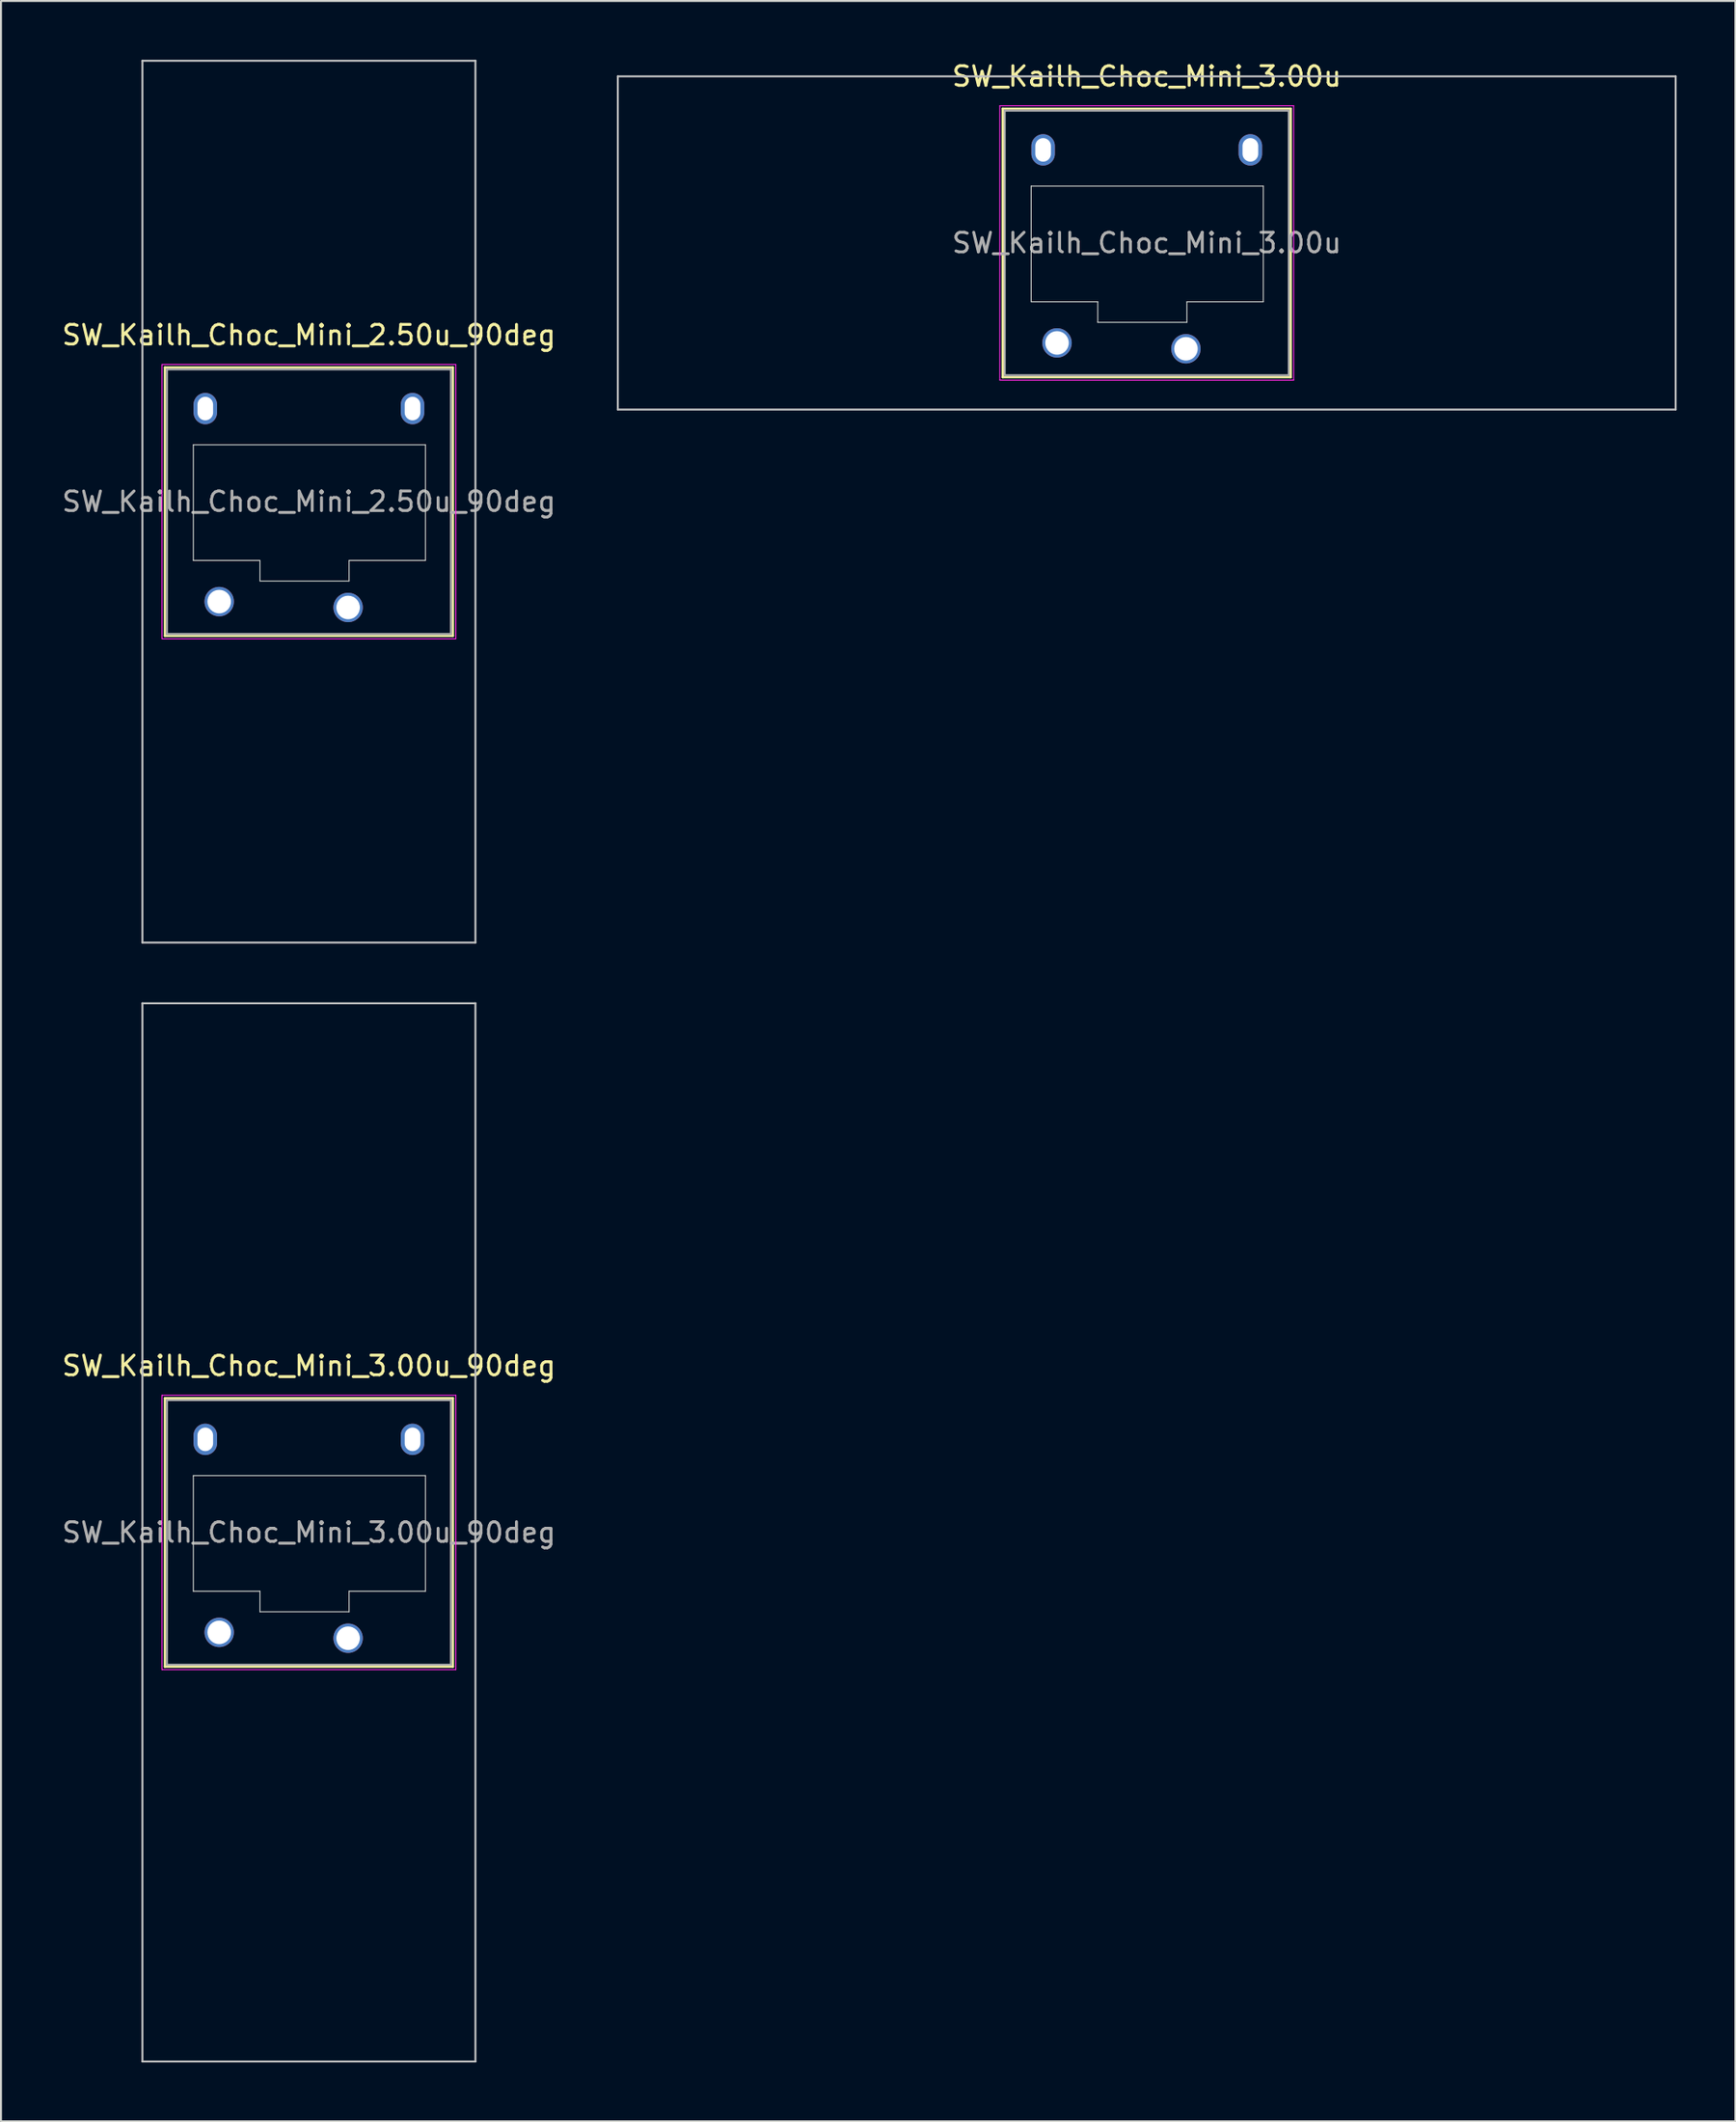
<source format=kicad_pcb>
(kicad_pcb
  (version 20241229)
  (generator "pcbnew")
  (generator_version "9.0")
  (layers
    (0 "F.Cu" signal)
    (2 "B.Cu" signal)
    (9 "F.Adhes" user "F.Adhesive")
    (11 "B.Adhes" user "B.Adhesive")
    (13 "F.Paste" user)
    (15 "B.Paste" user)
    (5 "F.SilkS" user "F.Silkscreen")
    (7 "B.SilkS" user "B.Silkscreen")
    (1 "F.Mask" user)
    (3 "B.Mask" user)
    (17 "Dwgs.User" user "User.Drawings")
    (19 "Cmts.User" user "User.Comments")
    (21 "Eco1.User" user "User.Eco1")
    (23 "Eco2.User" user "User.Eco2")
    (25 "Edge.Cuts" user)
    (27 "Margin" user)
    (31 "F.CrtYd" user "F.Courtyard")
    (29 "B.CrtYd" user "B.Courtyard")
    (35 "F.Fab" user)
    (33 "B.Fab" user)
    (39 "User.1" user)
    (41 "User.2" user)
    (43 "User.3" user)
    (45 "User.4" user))
  (footprint "SW_Kailh_Choc_Mini_3.00u_90deg"
    (layer "F.Cu")
    (at 12.72 75.15)
    (property "Reference" "SW_Kailh_Choc_Mini_3.00u_90deg" (at 0 -8.5 0) (layer "F.SilkS") (effects (font (size 1 1) (thickness 0.15))))
    (attr through_hole)
    (fp_line (start -7.35 -6.85) (end -7.35 6.85) (stroke (width 0.12) (type solid)) (layer "F.SilkS"))
    (fp_line (start -7.35 6.85) (end 7.35 6.85) (stroke (width 0.12) (type solid)) (layer "F.SilkS"))
    (fp_line (start 7.35 -6.85) (end -7.35 -6.85) (stroke (width 0.12) (type solid)) (layer "F.SilkS"))
    (fp_line (start 7.35 6.85) (end 7.35 -6.85) (stroke (width 0.12) (type solid)) (layer "F.SilkS"))
    (fp_line (start -8.5 -27) (end 8.5 -27) (stroke (width 0.1) (type solid)) (layer "Dwgs.User"))
    (fp_line (start -8.5 27) (end -8.5 -27) (stroke (width 0.1) (type solid)) (layer "Dwgs.User"))
    (fp_line (start 8.5 -27) (end 8.5 27) (stroke (width 0.1) (type solid)) (layer "Dwgs.User"))
    (fp_line (start 8.5 27) (end -8.5 27) (stroke (width 0.1) (type solid)) (layer "Dwgs.User"))
    (fp_line (start -6.85 -6.35) (end -6.85 6.35) (stroke (width 0.1) (type solid)) (layer "Eco1.User"))
    (fp_line (start -6.85 6.35) (end 6.85 6.35) (stroke (width 0.1) (type solid)) (layer "Eco1.User"))
    (fp_line (start 6.85 -6.35) (end -6.85 -6.35) (stroke (width 0.1) (type solid)) (layer "Eco1.User"))
    (fp_line (start 6.85 6.35) (end 6.85 -6.35) (stroke (width 0.1) (type solid)) (layer "Eco1.User"))
    (fp_line (start -5.9 -2.9) (end -5.9 3) (stroke (width 0.05) (type solid)) (layer "Edge.Cuts"))
    (fp_line (start -5.9 3) (end -2.5 3) (stroke (width 0.05) (type solid)) (layer "Edge.Cuts"))
    (fp_line (start -2.5 3) (end -2.5 4.05) (stroke (width 0.05) (type solid)) (layer "Edge.Cuts"))
    (fp_line (start -2.5 4.05) (end 2.05 4.05) (stroke (width 0.05) (type solid)) (layer "Edge.Cuts"))
    (fp_line (start 2.05 3) (end 5.95 3) (stroke (width 0.05) (type solid)) (layer "Edge.Cuts"))
    (fp_line (start 2.05 4.05) (end 2.05 3) (stroke (width 0.05) (type solid)) (layer "Edge.Cuts"))
    (fp_line (start 5.95 -2.9) (end -5.9 -2.9) (stroke (width 0.05) (type solid)) (layer "Edge.Cuts"))
    (fp_line (start 5.95 3) (end 5.95 -2.9) (stroke (width 0.05) (type solid)) (layer "Edge.Cuts"))
    (fp_line (start -7.5 -7) (end -7.5 7) (stroke (width 0.05) (type solid)) (layer "F.CrtYd"))
    (fp_line (start -7.5 7) (end 7.5 7) (stroke (width 0.05) (type solid)) (layer "F.CrtYd"))
    (fp_line (start 7.5 -7) (end -7.5 -7) (stroke (width 0.05) (type solid)) (layer "F.CrtYd"))
    (fp_line (start 7.5 7) (end 7.5 -7) (stroke (width 0.05) (type solid)) (layer "F.CrtYd"))
    (fp_line (start -7.25 -6.75) (end -7.25 6.75) (stroke (width 0.1) (type solid)) (layer "F.Fab"))
    (fp_line (start -7.25 6.75) (end 7.25 6.75) (stroke (width 0.1) (type solid)) (layer "F.Fab"))
    (fp_line (start 7.25 -6.75) (end -7.25 -6.75) (stroke (width 0.1) (type solid)) (layer "F.Fab"))
    (fp_line (start 7.25 6.75) (end 7.25 -6.75) (stroke (width 0.1) (type solid)) (layer "F.Fab"))
    (fp_text user "${REFERENCE}" (at 0 0 0) (layer "F.Fab") (effects (font (size 1 1) (thickness 0.15))))
    (pad "" np_thru_hole oval (at -5.29 -4.75) (size 1.2 1.6) (drill oval 0.8 1.2) (layers "*.Cu" "*.Mask"))
    (pad "" smd circle (at -4.58 5.1) (size 1.25 1.25) (layers "F.Mask"))
    (pad "" smd circle (at 2 5.4) (size 1.25 1.25) (layers "F.Mask"))
    (pad "" np_thru_hole oval (at 5.29 -4.75) (size 1.2 1.6) (drill oval 0.8 1.2) (layers "*.Cu" "*.Mask"))
    (pad "1" thru_hole circle (at 2 5.4) (size 1.5 1.5) (drill 1.2) (layers "*.Cu" "B.Mask"))
    (pad "2" thru_hole circle (at -4.58 5.1) (size 1.5 1.5) (drill 1.2) (layers "*.Cu" "B.Mask")))
  (footprint "SW_Kailh_Choc_Mini_3.00u"
    (layer "F.Cu")
    (at 55.49 9.348)
    (property "Reference" "SW_Kailh_Choc_Mini_3.00u" (at 0 -8.5 0) (layer "F.SilkS") (effects (font (size 1 1) (thickness 0.15))))
    (attr through_hole)
    (fp_line (start -7.35 -6.85) (end -7.35 6.85) (stroke (width 0.12) (type solid)) (layer "F.SilkS"))
    (fp_line (start -7.35 6.85) (end 7.35 6.85) (stroke (width 0.12) (type solid)) (layer "F.SilkS"))
    (fp_line (start 7.35 -6.85) (end -7.35 -6.85) (stroke (width 0.12) (type solid)) (layer "F.SilkS"))
    (fp_line (start 7.35 6.85) (end 7.35 -6.85) (stroke (width 0.12) (type solid)) (layer "F.SilkS"))
    (fp_line (start -27 -8.5) (end -27 8.5) (stroke (width 0.1) (type solid)) (layer "Dwgs.User"))
    (fp_line (start -27 8.5) (end 27 8.5) (stroke (width 0.1) (type solid)) (layer "Dwgs.User"))
    (fp_line (start 27 -8.5) (end -27 -8.5) (stroke (width 0.1) (type solid)) (layer "Dwgs.User"))
    (fp_line (start 27 8.5) (end 27 -8.5) (stroke (width 0.1) (type solid)) (layer "Dwgs.User"))
    (fp_line (start -6.85 -6.35) (end -6.85 6.35) (stroke (width 0.1) (type solid)) (layer "Eco1.User"))
    (fp_line (start -6.85 6.35) (end 6.85 6.35) (stroke (width 0.1) (type solid)) (layer "Eco1.User"))
    (fp_line (start 6.85 -6.35) (end -6.85 -6.35) (stroke (width 0.1) (type solid)) (layer "Eco1.User"))
    (fp_line (start 6.85 6.35) (end 6.85 -6.35) (stroke (width 0.1) (type solid)) (layer "Eco1.User"))
    (fp_line (start -5.9 -2.9) (end -5.9 3) (stroke (width 0.05) (type solid)) (layer "Edge.Cuts"))
    (fp_line (start -5.9 3) (end -2.5 3) (stroke (width 0.05) (type solid)) (layer "Edge.Cuts"))
    (fp_line (start -2.5 3) (end -2.5 4.05) (stroke (width 0.05) (type solid)) (layer "Edge.Cuts"))
    (fp_line (start -2.5 4.05) (end 2.05 4.05) (stroke (width 0.05) (type solid)) (layer "Edge.Cuts"))
    (fp_line (start 2.05 3) (end 5.95 3) (stroke (width 0.05) (type solid)) (layer "Edge.Cuts"))
    (fp_line (start 2.05 4.05) (end 2.05 3) (stroke (width 0.05) (type solid)) (layer "Edge.Cuts"))
    (fp_line (start 5.95 -2.9) (end -5.9 -2.9) (stroke (width 0.05) (type solid)) (layer "Edge.Cuts"))
    (fp_line (start 5.95 3) (end 5.95 -2.9) (stroke (width 0.05) (type solid)) (layer "Edge.Cuts"))
    (fp_line (start -7.5 -7) (end -7.5 7) (stroke (width 0.05) (type solid)) (layer "F.CrtYd"))
    (fp_line (start -7.5 7) (end 7.5 7) (stroke (width 0.05) (type solid)) (layer "F.CrtYd"))
    (fp_line (start 7.5 -7) (end -7.5 -7) (stroke (width 0.05) (type solid)) (layer "F.CrtYd"))
    (fp_line (start 7.5 7) (end 7.5 -7) (stroke (width 0.05) (type solid)) (layer "F.CrtYd"))
    (fp_line (start -7.25 -6.75) (end -7.25 6.75) (stroke (width 0.1) (type solid)) (layer "F.Fab"))
    (fp_line (start -7.25 6.75) (end 7.25 6.75) (stroke (width 0.1) (type solid)) (layer "F.Fab"))
    (fp_line (start 7.25 -6.75) (end -7.25 -6.75) (stroke (width 0.1) (type solid)) (layer "F.Fab"))
    (fp_line (start 7.25 6.75) (end 7.25 -6.75) (stroke (width 0.1) (type solid)) (layer "F.Fab"))
    (fp_text user "${REFERENCE}" (at 0 0 0) (layer "F.Fab") (effects (font (size 1 1) (thickness 0.15))))
    (pad "" np_thru_hole oval (at -5.29 -4.75) (size 1.2 1.6) (drill oval 0.8 1.2) (layers "*.Cu" "*.Mask"))
    (pad "" smd circle (at -4.58 5.1) (size 1.25 1.25) (layers "F.Mask"))
    (pad "" smd circle (at 2 5.4) (size 1.25 1.25) (layers "F.Mask"))
    (pad "" np_thru_hole oval (at 5.29 -4.75) (size 1.2 1.6) (drill oval 0.8 1.2) (layers "*.Cu" "*.Mask"))
    (pad "1" thru_hole circle (at 2 5.4) (size 1.5 1.5) (drill 1.2) (layers "*.Cu" "B.Mask"))
    (pad "2" thru_hole circle (at -4.58 5.1) (size 1.5 1.5) (drill 1.2) (layers "*.Cu" "B.Mask")))
  (footprint "SW_Kailh_Choc_Mini_2.50u_90deg"
    (layer "F.Cu")
    (at 12.72 22.55)
    (property "Reference" "SW_Kailh_Choc_Mini_2.50u_90deg" (at 0 -8.5 0) (layer "F.SilkS") (effects (font (size 1 1) (thickness 0.15))))
    (attr through_hole)
    (fp_line (start -7.35 -6.85) (end -7.35 6.85) (stroke (width 0.12) (type solid)) (layer "F.SilkS"))
    (fp_line (start -7.35 6.85) (end 7.35 6.85) (stroke (width 0.12) (type solid)) (layer "F.SilkS"))
    (fp_line (start 7.35 -6.85) (end -7.35 -6.85) (stroke (width 0.12) (type solid)) (layer "F.SilkS"))
    (fp_line (start 7.35 6.85) (end 7.35 -6.85) (stroke (width 0.12) (type solid)) (layer "F.SilkS"))
    (fp_line (start -8.5 -22.5) (end 8.5 -22.5) (stroke (width 0.1) (type solid)) (layer "Dwgs.User"))
    (fp_line (start -8.5 22.5) (end -8.5 -22.5) (stroke (width 0.1) (type solid)) (layer "Dwgs.User"))
    (fp_line (start 8.5 -22.5) (end 8.5 22.5) (stroke (width 0.1) (type solid)) (layer "Dwgs.User"))
    (fp_line (start 8.5 22.5) (end -8.5 22.5) (stroke (width 0.1) (type solid)) (layer "Dwgs.User"))
    (fp_line (start -6.85 -6.35) (end -6.85 6.35) (stroke (width 0.1) (type solid)) (layer "Eco1.User"))
    (fp_line (start -6.85 6.35) (end 6.85 6.35) (stroke (width 0.1) (type solid)) (layer "Eco1.User"))
    (fp_line (start 6.85 -6.35) (end -6.85 -6.35) (stroke (width 0.1) (type solid)) (layer "Eco1.User"))
    (fp_line (start 6.85 6.35) (end 6.85 -6.35) (stroke (width 0.1) (type solid)) (layer "Eco1.User"))
    (fp_line (start -5.9 -2.9) (end -5.9 3) (stroke (width 0.05) (type solid)) (layer "Edge.Cuts"))
    (fp_line (start -5.9 3) (end -2.5 3) (stroke (width 0.05) (type solid)) (layer "Edge.Cuts"))
    (fp_line (start -2.5 3) (end -2.5 4.05) (stroke (width 0.05) (type solid)) (layer "Edge.Cuts"))
    (fp_line (start -2.5 4.05) (end 2.05 4.05) (stroke (width 0.05) (type solid)) (layer "Edge.Cuts"))
    (fp_line (start 2.05 3) (end 5.95 3) (stroke (width 0.05) (type solid)) (layer "Edge.Cuts"))
    (fp_line (start 2.05 4.05) (end 2.05 3) (stroke (width 0.05) (type solid)) (layer "Edge.Cuts"))
    (fp_line (start 5.95 -2.9) (end -5.9 -2.9) (stroke (width 0.05) (type solid)) (layer "Edge.Cuts"))
    (fp_line (start 5.95 3) (end 5.95 -2.9) (stroke (width 0.05) (type solid)) (layer "Edge.Cuts"))
    (fp_line (start -7.5 -7) (end -7.5 7) (stroke (width 0.05) (type solid)) (layer "F.CrtYd"))
    (fp_line (start -7.5 7) (end 7.5 7) (stroke (width 0.05) (type solid)) (layer "F.CrtYd"))
    (fp_line (start 7.5 -7) (end -7.5 -7) (stroke (width 0.05) (type solid)) (layer "F.CrtYd"))
    (fp_line (start 7.5 7) (end 7.5 -7) (stroke (width 0.05) (type solid)) (layer "F.CrtYd"))
    (fp_line (start -7.25 -6.75) (end -7.25 6.75) (stroke (width 0.1) (type solid)) (layer "F.Fab"))
    (fp_line (start -7.25 6.75) (end 7.25 6.75) (stroke (width 0.1) (type solid)) (layer "F.Fab"))
    (fp_line (start 7.25 -6.75) (end -7.25 -6.75) (stroke (width 0.1) (type solid)) (layer "F.Fab"))
    (fp_line (start 7.25 6.75) (end 7.25 -6.75) (stroke (width 0.1) (type solid)) (layer "F.Fab"))
    (fp_text user "${REFERENCE}" (at 0 0 0) (layer "F.Fab") (effects (font (size 1 1) (thickness 0.15))))
    (pad "" np_thru_hole oval (at -5.29 -4.75) (size 1.2 1.6) (drill oval 0.8 1.2) (layers "*.Cu" "*.Mask"))
    (pad "" smd circle (at -4.58 5.1) (size 1.25 1.25) (layers "F.Mask"))
    (pad "" smd circle (at 2 5.4) (size 1.25 1.25) (layers "F.Mask"))
    (pad "" np_thru_hole oval (at 5.29 -4.75) (size 1.2 1.6) (drill oval 0.8 1.2) (layers "*.Cu" "*.Mask"))
    (pad "1" thru_hole circle (at 2 5.4) (size 1.5 1.5) (drill 1.2) (layers "*.Cu" "B.Mask"))
    (pad "2" thru_hole circle (at -4.58 5.1) (size 1.5 1.5) (drill 1.2) (layers "*.Cu" "B.Mask")))
  (gr_rect
    (start -3 -3)
    (end 85.54 105.2)
    (stroke (width 0.1) (type default))
    (fill no)
    (layer "Edge.Cuts")))
</source>
